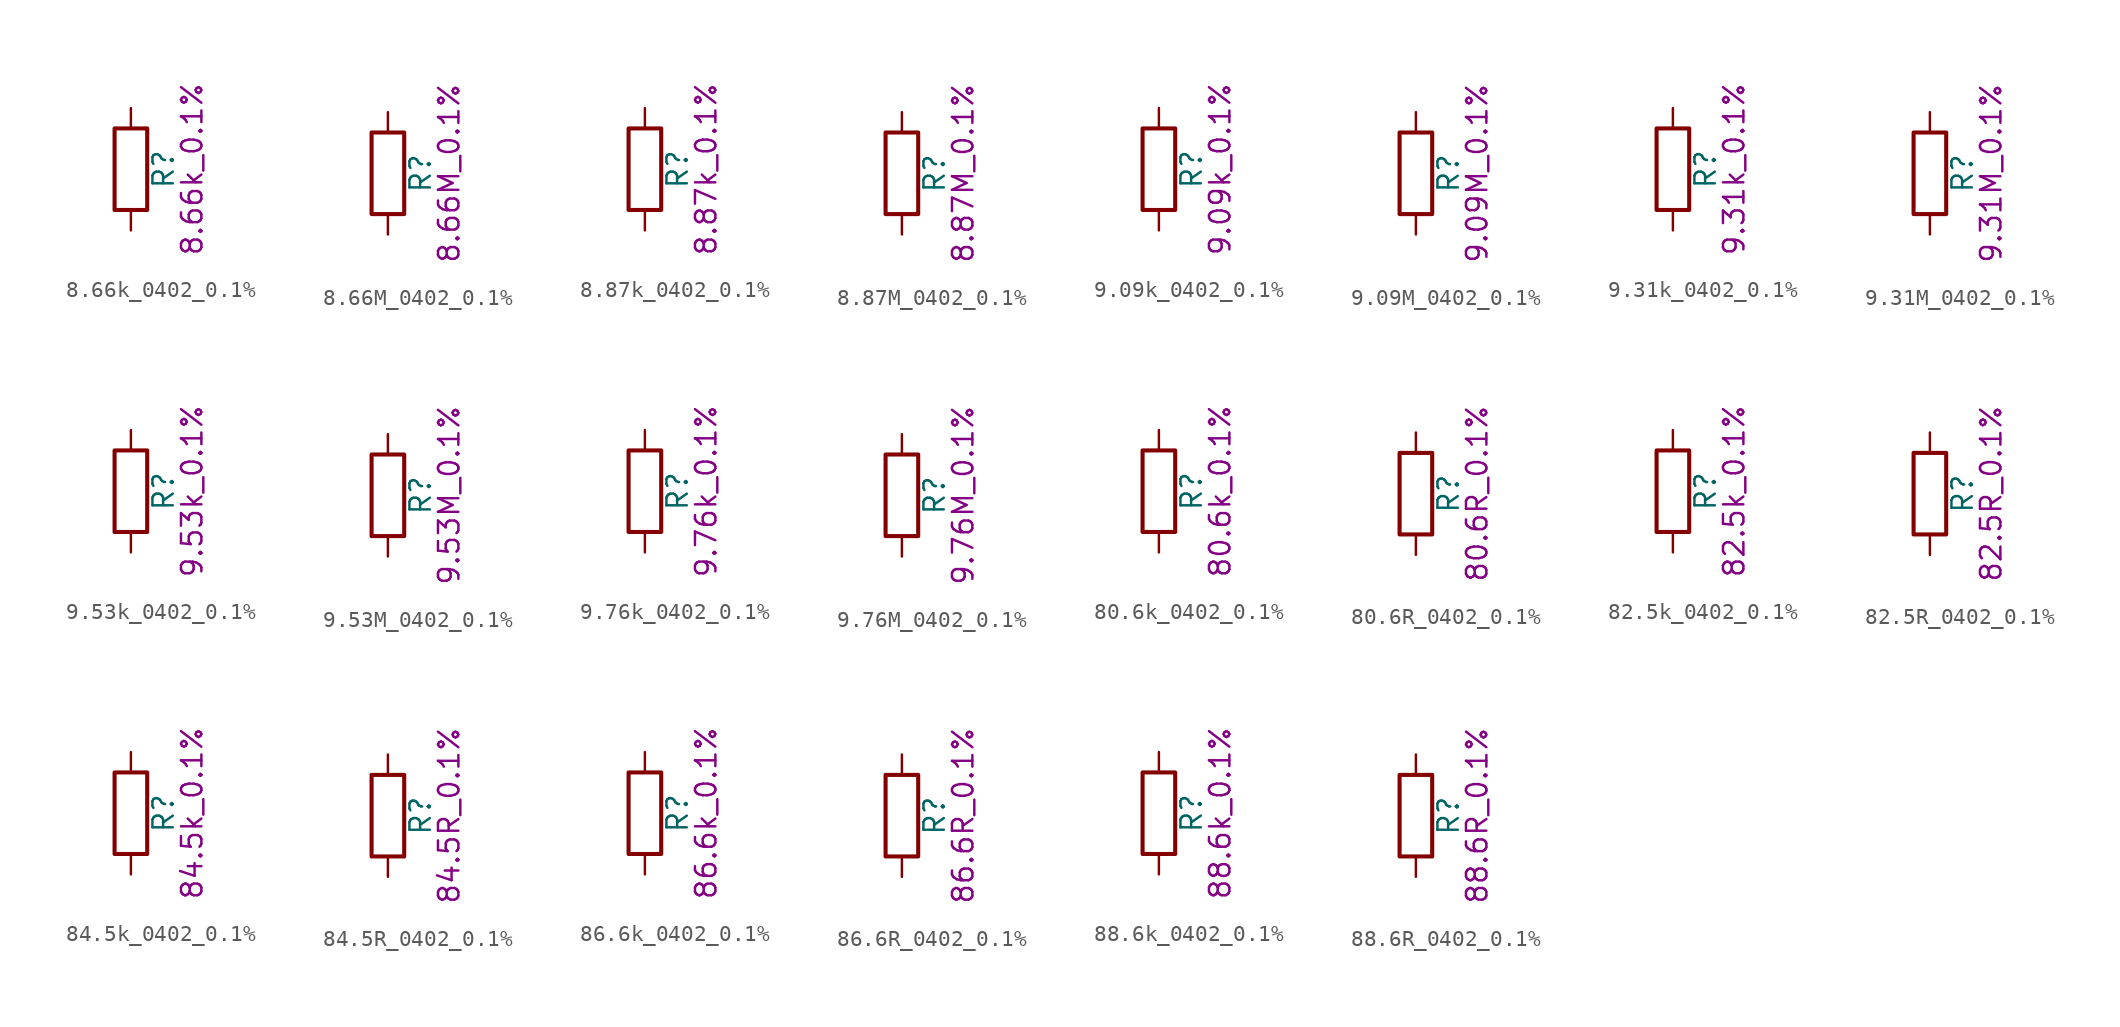
<source format=kicad_sym>
(kicad_symbol_lib
  (version 20211014)
  (generator kicad_symbol_editor)
  (symbol "8.66k_0402_0.1%"
    (pin_numbers hide)
    (pin_names
      (offset 0))
    (property "Reference" "R"
      (at 2.032 0 90)
      (effects (font (size 1.27 1.27))))
    (property "Display" "8.66k_0.1%"
      (at 3.81 0 90)
      (effects (font (size 1.27 1.27))))
    (symbol "8.66k_0402_0.1%_0_1"
      (rectangle (start -1.016 -2.54) (end 1.016 2.54) (stroke (width 0.254) (type default) (color 0 0 0 0)) (fill (type none))))
    (symbol "8.66k_0402_0.1%_1_1"
      (pin passive line (at 0 3.81 270) (length 1.27) (name "~" (effects (font (size 1.27 1.27)))) (number "1" (effects (font (size 1.27 1.27)))))
      (pin passive line (at 0 -3.81 90) (length 1.27) (name "~" (effects (font (size 1.27 1.27)))) (number "2" (effects (font (size 1.27 1.27)))))))
  (symbol "8.66M_0402_0.1%"
    (pin_numbers hide)
    (pin_names
      (offset 0))
    (property "Reference" "R"
      (at 2.032 0 90)
      (effects (font (size 1.27 1.27))))
    (property "Display" "8.66M_0.1%"
      (at 3.81 0 90)
      (effects (font (size 1.27 1.27))))
    (symbol "8.66M_0402_0.1%_0_1"
      (rectangle (start -1.016 -2.54) (end 1.016 2.54) (stroke (width 0.254) (type default) (color 0 0 0 0)) (fill (type none))))
    (symbol "8.66M_0402_0.1%_1_1"
      (pin passive line (at 0 3.81 270) (length 1.27) (name "~" (effects (font (size 1.27 1.27)))) (number "1" (effects (font (size 1.27 1.27)))))
      (pin passive line (at 0 -3.81 90) (length 1.27) (name "~" (effects (font (size 1.27 1.27)))) (number "2" (effects (font (size 1.27 1.27)))))))
  (symbol "8.87k_0402_0.1%"
    (pin_numbers hide)
    (pin_names
      (offset 0))
    (property "Reference" "R"
      (at 2.032 0 90)
      (effects (font (size 1.27 1.27))))
    (property "Display" "8.87k_0.1%"
      (at 3.81 0 90)
      (effects (font (size 1.27 1.27))))
    (symbol "8.87k_0402_0.1%_0_1"
      (rectangle (start -1.016 -2.54) (end 1.016 2.54) (stroke (width 0.254) (type default) (color 0 0 0 0)) (fill (type none))))
    (symbol "8.87k_0402_0.1%_1_1"
      (pin passive line (at 0 3.81 270) (length 1.27) (name "~" (effects (font (size 1.27 1.27)))) (number "1" (effects (font (size 1.27 1.27)))))
      (pin passive line (at 0 -3.81 90) (length 1.27) (name "~" (effects (font (size 1.27 1.27)))) (number "2" (effects (font (size 1.27 1.27)))))))
  (symbol "8.87M_0402_0.1%"
    (pin_numbers hide)
    (pin_names
      (offset 0))
    (property "Reference" "R"
      (at 2.032 0 90)
      (effects (font (size 1.27 1.27))))
    (property "Display" "8.87M_0.1%"
      (at 3.81 0 90)
      (effects (font (size 1.27 1.27))))
    (symbol "8.87M_0402_0.1%_0_1"
      (rectangle (start -1.016 -2.54) (end 1.016 2.54) (stroke (width 0.254) (type default) (color 0 0 0 0)) (fill (type none))))
    (symbol "8.87M_0402_0.1%_1_1"
      (pin passive line (at 0 3.81 270) (length 1.27) (name "~" (effects (font (size 1.27 1.27)))) (number "1" (effects (font (size 1.27 1.27)))))
      (pin passive line (at 0 -3.81 90) (length 1.27) (name "~" (effects (font (size 1.27 1.27)))) (number "2" (effects (font (size 1.27 1.27)))))))
  (symbol "9.09k_0402_0.1%"
    (pin_numbers hide)
    (pin_names
      (offset 0))
    (property "Reference" "R"
      (at 2.032 0 90)
      (effects (font (size 1.27 1.27))))
    (property "Display" "9.09k_0.1%"
      (at 3.81 0 90)
      (effects (font (size 1.27 1.27))))
    (symbol "9.09k_0402_0.1%_0_1"
      (rectangle (start -1.016 -2.54) (end 1.016 2.54) (stroke (width 0.254) (type default) (color 0 0 0 0)) (fill (type none))))
    (symbol "9.09k_0402_0.1%_1_1"
      (pin passive line (at 0 3.81 270) (length 1.27) (name "~" (effects (font (size 1.27 1.27)))) (number "1" (effects (font (size 1.27 1.27)))))
      (pin passive line (at 0 -3.81 90) (length 1.27) (name "~" (effects (font (size 1.27 1.27)))) (number "2" (effects (font (size 1.27 1.27)))))))
  (symbol "9.09M_0402_0.1%"
    (pin_numbers hide)
    (pin_names
      (offset 0))
    (property "Reference" "R"
      (at 2.032 0 90)
      (effects (font (size 1.27 1.27))))
    (property "Display" "9.09M_0.1%"
      (at 3.81 0 90)
      (effects (font (size 1.27 1.27))))
    (symbol "9.09M_0402_0.1%_0_1"
      (rectangle (start -1.016 -2.54) (end 1.016 2.54) (stroke (width 0.254) (type default) (color 0 0 0 0)) (fill (type none))))
    (symbol "9.09M_0402_0.1%_1_1"
      (pin passive line (at 0 3.81 270) (length 1.27) (name "~" (effects (font (size 1.27 1.27)))) (number "1" (effects (font (size 1.27 1.27)))))
      (pin passive line (at 0 -3.81 90) (length 1.27) (name "~" (effects (font (size 1.27 1.27)))) (number "2" (effects (font (size 1.27 1.27)))))))
  (symbol "9.31k_0402_0.1%"
    (pin_numbers hide)
    (pin_names
      (offset 0))
    (property "Reference" "R"
      (at 2.032 0 90)
      (effects (font (size 1.27 1.27))))
    (property "Display" "9.31k_0.1%"
      (at 3.81 0 90)
      (effects (font (size 1.27 1.27))))
    (symbol "9.31k_0402_0.1%_0_1"
      (rectangle (start -1.016 -2.54) (end 1.016 2.54) (stroke (width 0.254) (type default) (color 0 0 0 0)) (fill (type none))))
    (symbol "9.31k_0402_0.1%_1_1"
      (pin passive line (at 0 3.81 270) (length 1.27) (name "~" (effects (font (size 1.27 1.27)))) (number "1" (effects (font (size 1.27 1.27)))))
      (pin passive line (at 0 -3.81 90) (length 1.27) (name "~" (effects (font (size 1.27 1.27)))) (number "2" (effects (font (size 1.27 1.27)))))))
  (symbol "9.31M_0402_0.1%"
    (pin_numbers hide)
    (pin_names
      (offset 0))
    (property "Reference" "R"
      (at 2.032 0 90)
      (effects (font (size 1.27 1.27))))
    (property "Display" "9.31M_0.1%"
      (at 3.81 0 90)
      (effects (font (size 1.27 1.27))))
    (symbol "9.31M_0402_0.1%_0_1"
      (rectangle (start -1.016 -2.54) (end 1.016 2.54) (stroke (width 0.254) (type default) (color 0 0 0 0)) (fill (type none))))
    (symbol "9.31M_0402_0.1%_1_1"
      (pin passive line (at 0 3.81 270) (length 1.27) (name "~" (effects (font (size 1.27 1.27)))) (number "1" (effects (font (size 1.27 1.27)))))
      (pin passive line (at 0 -3.81 90) (length 1.27) (name "~" (effects (font (size 1.27 1.27)))) (number "2" (effects (font (size 1.27 1.27)))))))
  (symbol "9.53k_0402_0.1%"
    (pin_numbers hide)
    (pin_names
      (offset 0))
    (property "Reference" "R"
      (at 2.032 0 90)
      (effects (font (size 1.27 1.27))))
    (property "Display" "9.53k_0.1%"
      (at 3.81 0 90)
      (effects (font (size 1.27 1.27))))
    (symbol "9.53k_0402_0.1%_0_1"
      (rectangle (start -1.016 -2.54) (end 1.016 2.54) (stroke (width 0.254) (type default) (color 0 0 0 0)) (fill (type none))))
    (symbol "9.53k_0402_0.1%_1_1"
      (pin passive line (at 0 3.81 270) (length 1.27) (name "~" (effects (font (size 1.27 1.27)))) (number "1" (effects (font (size 1.27 1.27)))))
      (pin passive line (at 0 -3.81 90) (length 1.27) (name "~" (effects (font (size 1.27 1.27)))) (number "2" (effects (font (size 1.27 1.27)))))))
  (symbol "9.53M_0402_0.1%"
    (pin_numbers hide)
    (pin_names
      (offset 0))
    (property "Reference" "R"
      (at 2.032 0 90)
      (effects (font (size 1.27 1.27))))
    (property "Display" "9.53M_0.1%"
      (at 3.81 0 90)
      (effects (font (size 1.27 1.27))))
    (symbol "9.53M_0402_0.1%_0_1"
      (rectangle (start -1.016 -2.54) (end 1.016 2.54) (stroke (width 0.254) (type default) (color 0 0 0 0)) (fill (type none))))
    (symbol "9.53M_0402_0.1%_1_1"
      (pin passive line (at 0 3.81 270) (length 1.27) (name "~" (effects (font (size 1.27 1.27)))) (number "1" (effects (font (size 1.27 1.27)))))
      (pin passive line (at 0 -3.81 90) (length 1.27) (name "~" (effects (font (size 1.27 1.27)))) (number "2" (effects (font (size 1.27 1.27)))))))
  (symbol "9.76k_0402_0.1%"
    (pin_numbers hide)
    (pin_names
      (offset 0))
    (property "Reference" "R"
      (at 2.032 0 90)
      (effects (font (size 1.27 1.27))))
    (property "Display" "9.76k_0.1%"
      (at 3.81 0 90)
      (effects (font (size 1.27 1.27))))
    (symbol "9.76k_0402_0.1%_0_1"
      (rectangle (start -1.016 -2.54) (end 1.016 2.54) (stroke (width 0.254) (type default) (color 0 0 0 0)) (fill (type none))))
    (symbol "9.76k_0402_0.1%_1_1"
      (pin passive line (at 0 3.81 270) (length 1.27) (name "~" (effects (font (size 1.27 1.27)))) (number "1" (effects (font (size 1.27 1.27)))))
      (pin passive line (at 0 -3.81 90) (length 1.27) (name "~" (effects (font (size 1.27 1.27)))) (number "2" (effects (font (size 1.27 1.27)))))))
  (symbol "9.76M_0402_0.1%"
    (pin_numbers hide)
    (pin_names
      (offset 0))
    (property "Reference" "R"
      (at 2.032 0 90)
      (effects (font (size 1.27 1.27))))
    (property "Display" "9.76M_0.1%"
      (at 3.81 0 90)
      (effects (font (size 1.27 1.27))))
    (symbol "9.76M_0402_0.1%_0_1"
      (rectangle (start -1.016 -2.54) (end 1.016 2.54) (stroke (width 0.254) (type default) (color 0 0 0 0)) (fill (type none))))
    (symbol "9.76M_0402_0.1%_1_1"
      (pin passive line (at 0 3.81 270) (length 1.27) (name "~" (effects (font (size 1.27 1.27)))) (number "1" (effects (font (size 1.27 1.27)))))
      (pin passive line (at 0 -3.81 90) (length 1.27) (name "~" (effects (font (size 1.27 1.27)))) (number "2" (effects (font (size 1.27 1.27)))))))
  (symbol "80.6k_0402_0.1%"
    (pin_numbers hide)
    (pin_names
      (offset 0))
    (property "Reference" "R"
      (at 2.032 0 90)
      (effects (font (size 1.27 1.27))))
    (property "Display" "80.6k_0.1%"
      (at 3.81 0 90)
      (effects (font (size 1.27 1.27))))
    (symbol "80.6k_0402_0.1%_0_1"
      (rectangle (start -1.016 -2.54) (end 1.016 2.54) (stroke (width 0.254) (type default) (color 0 0 0 0)) (fill (type none))))
    (symbol "80.6k_0402_0.1%_1_1"
      (pin passive line (at 0 3.81 270) (length 1.27) (name "~" (effects (font (size 1.27 1.27)))) (number "1" (effects (font (size 1.27 1.27)))))
      (pin passive line (at 0 -3.81 90) (length 1.27) (name "~" (effects (font (size 1.27 1.27)))) (number "2" (effects (font (size 1.27 1.27)))))))
  (symbol "80.6R_0402_0.1%"
    (pin_numbers hide)
    (pin_names
      (offset 0))
    (property "Reference" "R"
      (at 2.032 0 90)
      (effects (font (size 1.27 1.27))))
    (property "Display" "80.6R_0.1%"
      (at 3.81 0 90)
      (effects (font (size 1.27 1.27))))
    (symbol "80.6R_0402_0.1%_0_1"
      (rectangle (start -1.016 -2.54) (end 1.016 2.54) (stroke (width 0.254) (type default) (color 0 0 0 0)) (fill (type none))))
    (symbol "80.6R_0402_0.1%_1_1"
      (pin passive line (at 0 3.81 270) (length 1.27) (name "~" (effects (font (size 1.27 1.27)))) (number "1" (effects (font (size 1.27 1.27)))))
      (pin passive line (at 0 -3.81 90) (length 1.27) (name "~" (effects (font (size 1.27 1.27)))) (number "2" (effects (font (size 1.27 1.27)))))))
  (symbol "82.5k_0402_0.1%"
    (pin_numbers hide)
    (pin_names
      (offset 0))
    (property "Reference" "R"
      (at 2.032 0 90)
      (effects (font (size 1.27 1.27))))
    (property "Display" "82.5k_0.1%"
      (at 3.81 0 90)
      (effects (font (size 1.27 1.27))))
    (symbol "82.5k_0402_0.1%_0_1"
      (rectangle (start -1.016 -2.54) (end 1.016 2.54) (stroke (width 0.254) (type default) (color 0 0 0 0)) (fill (type none))))
    (symbol "82.5k_0402_0.1%_1_1"
      (pin passive line (at 0 3.81 270) (length 1.27) (name "~" (effects (font (size 1.27 1.27)))) (number "1" (effects (font (size 1.27 1.27)))))
      (pin passive line (at 0 -3.81 90) (length 1.27) (name "~" (effects (font (size 1.27 1.27)))) (number "2" (effects (font (size 1.27 1.27)))))))
  (symbol "82.5R_0402_0.1%"
    (pin_numbers hide)
    (pin_names
      (offset 0))
    (property "Reference" "R"
      (at 2.032 0 90)
      (effects (font (size 1.27 1.27))))
    (property "Display" "82.5R_0.1%"
      (at 3.81 0 90)
      (effects (font (size 1.27 1.27))))
    (symbol "82.5R_0402_0.1%_0_1"
      (rectangle (start -1.016 -2.54) (end 1.016 2.54) (stroke (width 0.254) (type default) (color 0 0 0 0)) (fill (type none))))
    (symbol "82.5R_0402_0.1%_1_1"
      (pin passive line (at 0 3.81 270) (length 1.27) (name "~" (effects (font (size 1.27 1.27)))) (number "1" (effects (font (size 1.27 1.27)))))
      (pin passive line (at 0 -3.81 90) (length 1.27) (name "~" (effects (font (size 1.27 1.27)))) (number "2" (effects (font (size 1.27 1.27)))))))
  (symbol "84.5k_0402_0.1%"
    (pin_numbers hide)
    (pin_names
      (offset 0))
    (property "Reference" "R"
      (at 2.032 0 90)
      (effects (font (size 1.27 1.27))))
    (property "Display" "84.5k_0.1%"
      (at 3.81 0 90)
      (effects (font (size 1.27 1.27))))
    (symbol "84.5k_0402_0.1%_0_1"
      (rectangle (start -1.016 -2.54) (end 1.016 2.54) (stroke (width 0.254) (type default) (color 0 0 0 0)) (fill (type none))))
    (symbol "84.5k_0402_0.1%_1_1"
      (pin passive line (at 0 3.81 270) (length 1.27) (name "~" (effects (font (size 1.27 1.27)))) (number "1" (effects (font (size 1.27 1.27)))))
      (pin passive line (at 0 -3.81 90) (length 1.27) (name "~" (effects (font (size 1.27 1.27)))) (number "2" (effects (font (size 1.27 1.27)))))))
  (symbol "84.5R_0402_0.1%"
    (pin_numbers hide)
    (pin_names
      (offset 0))
    (property "Reference" "R"
      (at 2.032 0 90)
      (effects (font (size 1.27 1.27))))
    (property "Display" "84.5R_0.1%"
      (at 3.81 0 90)
      (effects (font (size 1.27 1.27))))
    (symbol "84.5R_0402_0.1%_0_1"
      (rectangle (start -1.016 -2.54) (end 1.016 2.54) (stroke (width 0.254) (type default) (color 0 0 0 0)) (fill (type none))))
    (symbol "84.5R_0402_0.1%_1_1"
      (pin passive line (at 0 3.81 270) (length 1.27) (name "~" (effects (font (size 1.27 1.27)))) (number "1" (effects (font (size 1.27 1.27)))))
      (pin passive line (at 0 -3.81 90) (length 1.27) (name "~" (effects (font (size 1.27 1.27)))) (number "2" (effects (font (size 1.27 1.27)))))))
  (symbol "86.6k_0402_0.1%"
    (pin_numbers hide)
    (pin_names
      (offset 0))
    (property "Reference" "R"
      (at 2.032 0 90)
      (effects (font (size 1.27 1.27))))
    (property "Display" "86.6k_0.1%"
      (at 3.81 0 90)
      (effects (font (size 1.27 1.27))))
    (symbol "86.6k_0402_0.1%_0_1"
      (rectangle (start -1.016 -2.54) (end 1.016 2.54) (stroke (width 0.254) (type default) (color 0 0 0 0)) (fill (type none))))
    (symbol "86.6k_0402_0.1%_1_1"
      (pin passive line (at 0 3.81 270) (length 1.27) (name "~" (effects (font (size 1.27 1.27)))) (number "1" (effects (font (size 1.27 1.27)))))
      (pin passive line (at 0 -3.81 90) (length 1.27) (name "~" (effects (font (size 1.27 1.27)))) (number "2" (effects (font (size 1.27 1.27)))))))
  (symbol "86.6R_0402_0.1%"
    (pin_numbers hide)
    (pin_names
      (offset 0))
    (property "Reference" "R"
      (at 2.032 0 90)
      (effects (font (size 1.27 1.27))))
    (property "Display" "86.6R_0.1%"
      (at 3.81 0 90)
      (effects (font (size 1.27 1.27))))
    (symbol "86.6R_0402_0.1%_0_1"
      (rectangle (start -1.016 -2.54) (end 1.016 2.54) (stroke (width 0.254) (type default) (color 0 0 0 0)) (fill (type none))))
    (symbol "86.6R_0402_0.1%_1_1"
      (pin passive line (at 0 3.81 270) (length 1.27) (name "~" (effects (font (size 1.27 1.27)))) (number "1" (effects (font (size 1.27 1.27)))))
      (pin passive line (at 0 -3.81 90) (length 1.27) (name "~" (effects (font (size 1.27 1.27)))) (number "2" (effects (font (size 1.27 1.27)))))))
  (symbol "88.6k_0402_0.1%"
    (pin_numbers hide)
    (pin_names
      (offset 0))
    (property "Reference" "R"
      (at 2.032 0 90)
      (effects (font (size 1.27 1.27))))
    (property "Display" "88.6k_0.1%"
      (at 3.81 0 90)
      (effects (font (size 1.27 1.27))))
    (symbol "88.6k_0402_0.1%_0_1"
      (rectangle (start -1.016 -2.54) (end 1.016 2.54) (stroke (width 0.254) (type default) (color 0 0 0 0)) (fill (type none))))
    (symbol "88.6k_0402_0.1%_1_1"
      (pin passive line (at 0 3.81 270) (length 1.27) (name "~" (effects (font (size 1.27 1.27)))) (number "1" (effects (font (size 1.27 1.27)))))
      (pin passive line (at 0 -3.81 90) (length 1.27) (name "~" (effects (font (size 1.27 1.27)))) (number "2" (effects (font (size 1.27 1.27)))))))
  (symbol "88.6R_0402_0.1%"
    (pin_numbers hide)
    (pin_names
      (offset 0))
    (property "Reference" "R"
      (at 2.032 0 90)
      (effects (font (size 1.27 1.27))))
    (property "Display" "88.6R_0.1%"
      (at 3.81 0 90)
      (effects (font (size 1.27 1.27))))
    (symbol "88.6R_0402_0.1%_0_1"
      (rectangle (start -1.016 -2.54) (end 1.016 2.54) (stroke (width 0.254) (type default) (color 0 0 0 0)) (fill (type none))))
    (symbol "88.6R_0402_0.1%_1_1"
      (pin passive line (at 0 3.81 270) (length 1.27) (name "~" (effects (font (size 1.27 1.27)))) (number "1" (effects (font (size 1.27 1.27)))))
      (pin passive line (at 0 -3.81 90) (length 1.27) (name "~" (effects (font (size 1.27 1.27)))) (number "2" (effects (font (size 1.27 1.27))))))))
</source>
